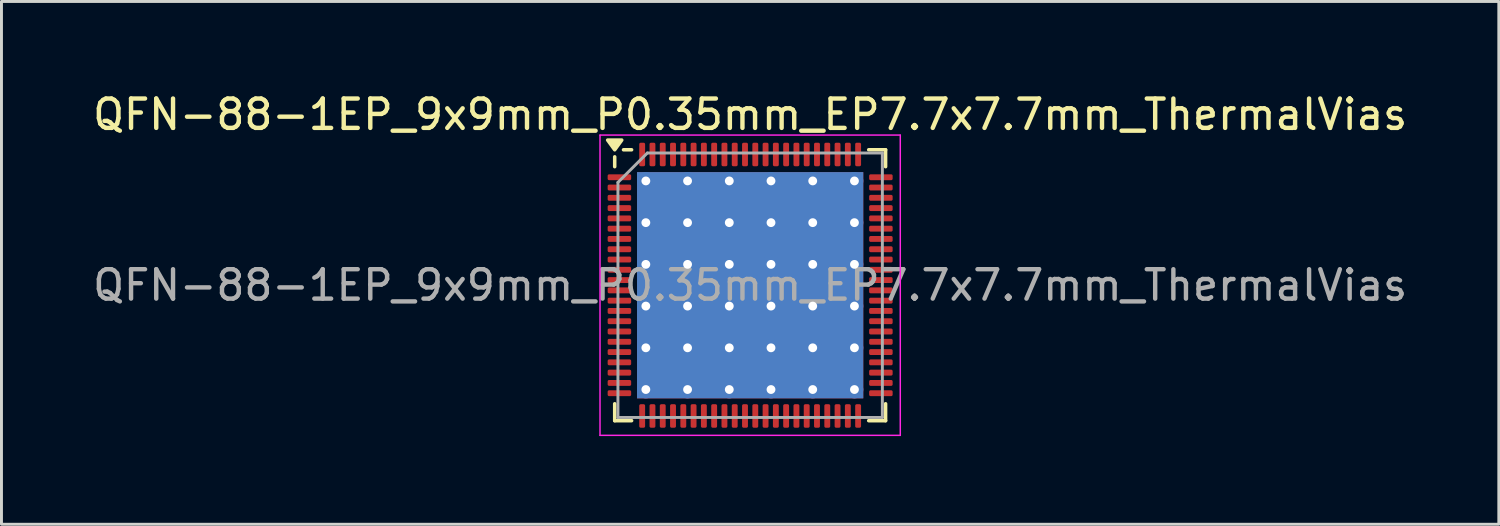
<source format=kicad_pcb>
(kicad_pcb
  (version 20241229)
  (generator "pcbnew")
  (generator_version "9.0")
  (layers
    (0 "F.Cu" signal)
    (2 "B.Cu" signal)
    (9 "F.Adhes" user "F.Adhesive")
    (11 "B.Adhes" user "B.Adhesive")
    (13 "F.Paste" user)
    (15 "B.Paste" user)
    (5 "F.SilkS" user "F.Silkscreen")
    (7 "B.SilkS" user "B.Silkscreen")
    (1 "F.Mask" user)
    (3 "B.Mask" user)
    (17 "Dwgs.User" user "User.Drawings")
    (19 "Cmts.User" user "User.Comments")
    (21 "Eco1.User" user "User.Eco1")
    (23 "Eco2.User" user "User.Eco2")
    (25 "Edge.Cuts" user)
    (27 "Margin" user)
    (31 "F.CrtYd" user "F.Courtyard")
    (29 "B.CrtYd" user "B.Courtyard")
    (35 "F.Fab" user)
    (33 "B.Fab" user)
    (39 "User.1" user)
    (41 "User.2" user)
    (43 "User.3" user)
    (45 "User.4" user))
  (footprint "QFN-88-1EP_9x9mm_P0.35mm_EP7.7x7.7mm_ThermalVias"
    (layer "F.Cu")
    (at 22.482 6.658)
    (property "Reference" "QFN-88-1EP_9x9mm_P0.35mm_EP7.7x7.7mm_ThermalVias" (at 0 -5.81 0) (layer "F.SilkS") (effects (font (size 1 1) (thickness 0.15))))
    (attr smd)
    (fp_line (start -4.61 -4.035) (end -4.61 -4.37) (stroke (width 0.12) (type solid)) (layer "F.SilkS"))
    (fp_line (start -4.61 4.61) (end -4.61 4.035) (stroke (width 0.12) (type solid)) (layer "F.SilkS"))
    (fp_line (start -4.035 -4.61) (end -4.31 -4.61) (stroke (width 0.12) (type solid)) (layer "F.SilkS"))
    (fp_line (start -4.035 4.61) (end -4.61 4.61) (stroke (width 0.12) (type solid)) (layer "F.SilkS"))
    (fp_line (start 4.035 -4.61) (end 4.61 -4.61) (stroke (width 0.12) (type solid)) (layer "F.SilkS"))
    (fp_line (start 4.035 4.61) (end 4.61 4.61) (stroke (width 0.12) (type solid)) (layer "F.SilkS"))
    (fp_line (start 4.61 -4.61) (end 4.61 -4.035) (stroke (width 0.12) (type solid)) (layer "F.SilkS"))
    (fp_line (start 4.61 4.61) (end 4.61 4.035) (stroke (width 0.12) (type solid)) (layer "F.SilkS"))
    (fp_poly (pts (xy -4.61 -4.61) (xy -4.85 -4.94) (xy -4.37 -4.94) (xy -4.61 -4.61)) (stroke (width 0.12) (type solid)) (fill yes) (layer "F.SilkS"))
    (fp_line (start -5.11 -5.11) (end -5.11 5.11) (stroke (width 0.05) (type solid)) (layer "F.CrtYd"))
    (fp_line (start -5.11 5.11) (end 5.11 5.11) (stroke (width 0.05) (type solid)) (layer "F.CrtYd"))
    (fp_line (start 5.11 -5.11) (end -5.11 -5.11) (stroke (width 0.05) (type solid)) (layer "F.CrtYd"))
    (fp_line (start 5.11 5.11) (end 5.11 -5.11) (stroke (width 0.05) (type solid)) (layer "F.CrtYd"))
    (fp_line (start -4.5 -3.5) (end -3.5 -4.5) (stroke (width 0.1) (type solid)) (layer "F.Fab"))
    (fp_line (start -4.5 4.5) (end -4.5 -3.5) (stroke (width 0.1) (type solid)) (layer "F.Fab"))
    (fp_line (start -3.5 -4.5) (end 4.5 -4.5) (stroke (width 0.1) (type solid)) (layer "F.Fab"))
    (fp_line (start 4.5 -4.5) (end 4.5 4.5) (stroke (width 0.1) (type solid)) (layer "F.Fab"))
    (fp_line (start 4.5 4.5) (end -4.5 4.5) (stroke (width 0.1) (type solid)) (layer "F.Fab"))
    (fp_text user "${REFERENCE}" (at 0 0 0) (layer "F.Fab") (effects (font (size 1 1) (thickness 0.15))))
    (pad "" smd roundrect (at -2.84 -2.84) (size 1.193 1.193) (layers "F.Paste") (roundrect_rratio 0.21))
    (pad "" smd roundrect (at -2.84 -1.42) (size 1.193 1.193) (layers "F.Paste") (roundrect_rratio 0.21))
    (pad "" smd roundrect (at -2.84 0) (size 1.193 1.193) (layers "F.Paste") (roundrect_rratio 0.21))
    (pad "" smd roundrect (at -2.84 1.42) (size 1.193 1.193) (layers "F.Paste") (roundrect_rratio 0.21))
    (pad "" smd roundrect (at -2.84 2.84) (size 1.193 1.193) (layers "F.Paste") (roundrect_rratio 0.21))
    (pad "" smd roundrect (at -1.42 -2.84) (size 1.193 1.193) (layers "F.Paste") (roundrect_rratio 0.21))
    (pad "" smd roundrect (at -1.42 -1.42) (size 1.193 1.193) (layers "F.Paste") (roundrect_rratio 0.21))
    (pad "" smd roundrect (at -1.42 0) (size 1.193 1.193) (layers "F.Paste") (roundrect_rratio 0.21))
    (pad "" smd roundrect (at -1.42 1.42) (size 1.193 1.193) (layers "F.Paste") (roundrect_rratio 0.21))
    (pad "" smd roundrect (at -1.42 2.84) (size 1.193 1.193) (layers "F.Paste") (roundrect_rratio 0.21))
    (pad "" smd roundrect (at 0 -2.84) (size 1.193 1.193) (layers "F.Paste") (roundrect_rratio 0.21))
    (pad "" smd roundrect (at 0 -1.42) (size 1.193 1.193) (layers "F.Paste") (roundrect_rratio 0.21))
    (pad "" smd roundrect (at 0 0) (size 1.193 1.193) (layers "F.Paste") (roundrect_rratio 0.21))
    (pad "" smd roundrect (at 0 1.42) (size 1.193 1.193) (layers "F.Paste") (roundrect_rratio 0.21))
    (pad "" smd roundrect (at 0 2.84) (size 1.193 1.193) (layers "F.Paste") (roundrect_rratio 0.21))
    (pad "" smd roundrect (at 1.42 -2.84) (size 1.193 1.193) (layers "F.Paste") (roundrect_rratio 0.21))
    (pad "" smd roundrect (at 1.42 -1.42) (size 1.193 1.193) (layers "F.Paste") (roundrect_rratio 0.21))
    (pad "" smd roundrect (at 1.42 0) (size 1.193 1.193) (layers "F.Paste") (roundrect_rratio 0.21))
    (pad "" smd roundrect (at 1.42 1.42) (size 1.193 1.193) (layers "F.Paste") (roundrect_rratio 0.21))
    (pad "" smd roundrect (at 1.42 2.84) (size 1.193 1.193) (layers "F.Paste") (roundrect_rratio 0.21))
    (pad "" smd roundrect (at 2.84 -2.84) (size 1.193 1.193) (layers "F.Paste") (roundrect_rratio 0.21))
    (pad "" smd roundrect (at 2.84 -1.42) (size 1.193 1.193) (layers "F.Paste") (roundrect_rratio 0.21))
    (pad "" smd roundrect (at 2.84 0) (size 1.193 1.193) (layers "F.Paste") (roundrect_rratio 0.21))
    (pad "" smd roundrect (at 2.84 1.42) (size 1.193 1.193) (layers "F.Paste") (roundrect_rratio 0.21))
    (pad "" smd roundrect (at 2.84 2.84) (size 1.193 1.193) (layers "F.Paste") (roundrect_rratio 0.21))
    (pad "1" smd roundrect (at -4.45 -3.675) (size 0.8 0.2) (layers "F.Cu" "F.Mask" "F.Paste") (roundrect_rratio 0.25))
    (pad "2" smd roundrect (at -4.45 -3.325) (size 0.8 0.2) (layers "F.Cu" "F.Mask" "F.Paste") (roundrect_rratio 0.25))
    (pad "3" smd roundrect (at -4.45 -2.975) (size 0.8 0.2) (layers "F.Cu" "F.Mask" "F.Paste") (roundrect_rratio 0.25))
    (pad "4" smd roundrect (at -4.45 -2.625) (size 0.8 0.2) (layers "F.Cu" "F.Mask" "F.Paste") (roundrect_rratio 0.25))
    (pad "5" smd roundrect (at -4.45 -2.275) (size 0.8 0.2) (layers "F.Cu" "F.Mask" "F.Paste") (roundrect_rratio 0.25))
    (pad "6" smd roundrect (at -4.45 -1.925) (size 0.8 0.2) (layers "F.Cu" "F.Mask" "F.Paste") (roundrect_rratio 0.25))
    (pad "7" smd roundrect (at -4.45 -1.575) (size 0.8 0.2) (layers "F.Cu" "F.Mask" "F.Paste") (roundrect_rratio 0.25))
    (pad "8" smd roundrect (at -4.45 -1.225) (size 0.8 0.2) (layers "F.Cu" "F.Mask" "F.Paste") (roundrect_rratio 0.25))
    (pad "9" smd roundrect (at -4.45 -0.875) (size 0.8 0.2) (layers "F.Cu" "F.Mask" "F.Paste") (roundrect_rratio 0.25))
    (pad "10" smd roundrect (at -4.45 -0.525) (size 0.8 0.2) (layers "F.Cu" "F.Mask" "F.Paste") (roundrect_rratio 0.25))
    (pad "11" smd roundrect (at -4.45 -0.175) (size 0.8 0.2) (layers "F.Cu" "F.Mask" "F.Paste") (roundrect_rratio 0.25))
    (pad "12" smd roundrect (at -4.45 0.175) (size 0.8 0.2) (layers "F.Cu" "F.Mask" "F.Paste") (roundrect_rratio 0.25))
    (pad "13" smd roundrect (at -4.45 0.525) (size 0.8 0.2) (layers "F.Cu" "F.Mask" "F.Paste") (roundrect_rratio 0.25))
    (pad "14" smd roundrect (at -4.45 0.875) (size 0.8 0.2) (layers "F.Cu" "F.Mask" "F.Paste") (roundrect_rratio 0.25))
    (pad "15" smd roundrect (at -4.45 1.225) (size 0.8 0.2) (layers "F.Cu" "F.Mask" "F.Paste") (roundrect_rratio 0.25))
    (pad "16" smd roundrect (at -4.45 1.575) (size 0.8 0.2) (layers "F.Cu" "F.Mask" "F.Paste") (roundrect_rratio 0.25))
    (pad "17" smd roundrect (at -4.45 1.925) (size 0.8 0.2) (layers "F.Cu" "F.Mask" "F.Paste") (roundrect_rratio 0.25))
    (pad "18" smd roundrect (at -4.45 2.275) (size 0.8 0.2) (layers "F.Cu" "F.Mask" "F.Paste") (roundrect_rratio 0.25))
    (pad "19" smd roundrect (at -4.45 2.625) (size 0.8 0.2) (layers "F.Cu" "F.Mask" "F.Paste") (roundrect_rratio 0.25))
    (pad "20" smd roundrect (at -4.45 2.975) (size 0.8 0.2) (layers "F.Cu" "F.Mask" "F.Paste") (roundrect_rratio 0.25))
    (pad "21" smd roundrect (at -4.45 3.325) (size 0.8 0.2) (layers "F.Cu" "F.Mask" "F.Paste") (roundrect_rratio 0.25))
    (pad "22" smd roundrect (at -4.45 3.675) (size 0.8 0.2) (layers "F.Cu" "F.Mask" "F.Paste") (roundrect_rratio 0.25))
    (pad "23" smd roundrect (at -3.675 4.45) (size 0.2 0.8) (layers "F.Cu" "F.Mask" "F.Paste") (roundrect_rratio 0.25))
    (pad "24" smd roundrect (at -3.325 4.45) (size 0.2 0.8) (layers "F.Cu" "F.Mask" "F.Paste") (roundrect_rratio 0.25))
    (pad "25" smd roundrect (at -2.975 4.45) (size 0.2 0.8) (layers "F.Cu" "F.Mask" "F.Paste") (roundrect_rratio 0.25))
    (pad "26" smd roundrect (at -2.625 4.45) (size 0.2 0.8) (layers "F.Cu" "F.Mask" "F.Paste") (roundrect_rratio 0.25))
    (pad "27" smd roundrect (at -2.275 4.45) (size 0.2 0.8) (layers "F.Cu" "F.Mask" "F.Paste") (roundrect_rratio 0.25))
    (pad "28" smd roundrect (at -1.925 4.45) (size 0.2 0.8) (layers "F.Cu" "F.Mask" "F.Paste") (roundrect_rratio 0.25))
    (pad "29" smd roundrect (at -1.575 4.45) (size 0.2 0.8) (layers "F.Cu" "F.Mask" "F.Paste") (roundrect_rratio 0.25))
    (pad "30" smd roundrect (at -1.225 4.45) (size 0.2 0.8) (layers "F.Cu" "F.Mask" "F.Paste") (roundrect_rratio 0.25))
    (pad "31" smd roundrect (at -0.875 4.45) (size 0.2 0.8) (layers "F.Cu" "F.Mask" "F.Paste") (roundrect_rratio 0.25))
    (pad "32" smd roundrect (at -0.525 4.45) (size 0.2 0.8) (layers "F.Cu" "F.Mask" "F.Paste") (roundrect_rratio 0.25))
    (pad "33" smd roundrect (at -0.175 4.45) (size 0.2 0.8) (layers "F.Cu" "F.Mask" "F.Paste") (roundrect_rratio 0.25))
    (pad "34" smd roundrect (at 0.175 4.45) (size 0.2 0.8) (layers "F.Cu" "F.Mask" "F.Paste") (roundrect_rratio 0.25))
    (pad "35" smd roundrect (at 0.525 4.45) (size 0.2 0.8) (layers "F.Cu" "F.Mask" "F.Paste") (roundrect_rratio 0.25))
    (pad "36" smd roundrect (at 0.875 4.45) (size 0.2 0.8) (layers "F.Cu" "F.Mask" "F.Paste") (roundrect_rratio 0.25))
    (pad "37" smd roundrect (at 1.225 4.45) (size 0.2 0.8) (layers "F.Cu" "F.Mask" "F.Paste") (roundrect_rratio 0.25))
    (pad "38" smd roundrect (at 1.575 4.45) (size 0.2 0.8) (layers "F.Cu" "F.Mask" "F.Paste") (roundrect_rratio 0.25))
    (pad "39" smd roundrect (at 1.925 4.45) (size 0.2 0.8) (layers "F.Cu" "F.Mask" "F.Paste") (roundrect_rratio 0.25))
    (pad "40" smd roundrect (at 2.275 4.45) (size 0.2 0.8) (layers "F.Cu" "F.Mask" "F.Paste") (roundrect_rratio 0.25))
    (pad "41" smd roundrect (at 2.625 4.45) (size 0.2 0.8) (layers "F.Cu" "F.Mask" "F.Paste") (roundrect_rratio 0.25))
    (pad "42" smd roundrect (at 2.975 4.45) (size 0.2 0.8) (layers "F.Cu" "F.Mask" "F.Paste") (roundrect_rratio 0.25))
    (pad "43" smd roundrect (at 3.325 4.45) (size 0.2 0.8) (layers "F.Cu" "F.Mask" "F.Paste") (roundrect_rratio 0.25))
    (pad "44" smd roundrect (at 3.675 4.45) (size 0.2 0.8) (layers "F.Cu" "F.Mask" "F.Paste") (roundrect_rratio 0.25))
    (pad "45" smd roundrect (at 4.45 3.675) (size 0.8 0.2) (layers "F.Cu" "F.Mask" "F.Paste") (roundrect_rratio 0.25))
    (pad "46" smd roundrect (at 4.45 3.325) (size 0.8 0.2) (layers "F.Cu" "F.Mask" "F.Paste") (roundrect_rratio 0.25))
    (pad "47" smd roundrect (at 4.45 2.975) (size 0.8 0.2) (layers "F.Cu" "F.Mask" "F.Paste") (roundrect_rratio 0.25))
    (pad "48" smd roundrect (at 4.45 2.625) (size 0.8 0.2) (layers "F.Cu" "F.Mask" "F.Paste") (roundrect_rratio 0.25))
    (pad "49" smd roundrect (at 4.45 2.275) (size 0.8 0.2) (layers "F.Cu" "F.Mask" "F.Paste") (roundrect_rratio 0.25))
    (pad "50" smd roundrect (at 4.45 1.925) (size 0.8 0.2) (layers "F.Cu" "F.Mask" "F.Paste") (roundrect_rratio 0.25))
    (pad "51" smd roundrect (at 4.45 1.575) (size 0.8 0.2) (layers "F.Cu" "F.Mask" "F.Paste") (roundrect_rratio 0.25))
    (pad "52" smd roundrect (at 4.45 1.225) (size 0.8 0.2) (layers "F.Cu" "F.Mask" "F.Paste") (roundrect_rratio 0.25))
    (pad "53" smd roundrect (at 4.45 0.875) (size 0.8 0.2) (layers "F.Cu" "F.Mask" "F.Paste") (roundrect_rratio 0.25))
    (pad "54" smd roundrect (at 4.45 0.525) (size 0.8 0.2) (layers "F.Cu" "F.Mask" "F.Paste") (roundrect_rratio 0.25))
    (pad "55" smd roundrect (at 4.45 0.175) (size 0.8 0.2) (layers "F.Cu" "F.Mask" "F.Paste") (roundrect_rratio 0.25))
    (pad "56" smd roundrect (at 4.45 -0.175) (size 0.8 0.2) (layers "F.Cu" "F.Mask" "F.Paste") (roundrect_rratio 0.25))
    (pad "57" smd roundrect (at 4.45 -0.525) (size 0.8 0.2) (layers "F.Cu" "F.Mask" "F.Paste") (roundrect_rratio 0.25))
    (pad "58" smd roundrect (at 4.45 -0.875) (size 0.8 0.2) (layers "F.Cu" "F.Mask" "F.Paste") (roundrect_rratio 0.25))
    (pad "59" smd roundrect (at 4.45 -1.225) (size 0.8 0.2) (layers "F.Cu" "F.Mask" "F.Paste") (roundrect_rratio 0.25))
    (pad "60" smd roundrect (at 4.45 -1.575) (size 0.8 0.2) (layers "F.Cu" "F.Mask" "F.Paste") (roundrect_rratio 0.25))
    (pad "61" smd roundrect (at 4.45 -1.925) (size 0.8 0.2) (layers "F.Cu" "F.Mask" "F.Paste") (roundrect_rratio 0.25))
    (pad "62" smd roundrect (at 4.45 -2.275) (size 0.8 0.2) (layers "F.Cu" "F.Mask" "F.Paste") (roundrect_rratio 0.25))
    (pad "63" smd roundrect (at 4.45 -2.625) (size 0.8 0.2) (layers "F.Cu" "F.Mask" "F.Paste") (roundrect_rratio 0.25))
    (pad "64" smd roundrect (at 4.45 -2.975) (size 0.8 0.2) (layers "F.Cu" "F.Mask" "F.Paste") (roundrect_rratio 0.25))
    (pad "65" smd roundrect (at 4.45 -3.325) (size 0.8 0.2) (layers "F.Cu" "F.Mask" "F.Paste") (roundrect_rratio 0.25))
    (pad "66" smd roundrect (at 4.45 -3.675) (size 0.8 0.2) (layers "F.Cu" "F.Mask" "F.Paste") (roundrect_rratio 0.25))
    (pad "67" smd roundrect (at 3.675 -4.45) (size 0.2 0.8) (layers "F.Cu" "F.Mask" "F.Paste") (roundrect_rratio 0.25))
    (pad "68" smd roundrect (at 3.325 -4.45) (size 0.2 0.8) (layers "F.Cu" "F.Mask" "F.Paste") (roundrect_rratio 0.25))
    (pad "69" smd roundrect (at 2.975 -4.45) (size 0.2 0.8) (layers "F.Cu" "F.Mask" "F.Paste") (roundrect_rratio 0.25))
    (pad "70" smd roundrect (at 2.625 -4.45) (size 0.2 0.8) (layers "F.Cu" "F.Mask" "F.Paste") (roundrect_rratio 0.25))
    (pad "71" smd roundrect (at 2.275 -4.45) (size 0.2 0.8) (layers "F.Cu" "F.Mask" "F.Paste") (roundrect_rratio 0.25))
    (pad "72" smd roundrect (at 1.925 -4.45) (size 0.2 0.8) (layers "F.Cu" "F.Mask" "F.Paste") (roundrect_rratio 0.25))
    (pad "73" smd roundrect (at 1.575 -4.45) (size 0.2 0.8) (layers "F.Cu" "F.Mask" "F.Paste") (roundrect_rratio 0.25))
    (pad "74" smd roundrect (at 1.225 -4.45) (size 0.2 0.8) (layers "F.Cu" "F.Mask" "F.Paste") (roundrect_rratio 0.25))
    (pad "75" smd roundrect (at 0.875 -4.45) (size 0.2 0.8) (layers "F.Cu" "F.Mask" "F.Paste") (roundrect_rratio 0.25))
    (pad "76" smd roundrect (at 0.525 -4.45) (size 0.2 0.8) (layers "F.Cu" "F.Mask" "F.Paste") (roundrect_rratio 0.25))
    (pad "77" smd roundrect (at 0.175 -4.45) (size 0.2 0.8) (layers "F.Cu" "F.Mask" "F.Paste") (roundrect_rratio 0.25))
    (pad "78" smd roundrect (at -0.175 -4.45) (size 0.2 0.8) (layers "F.Cu" "F.Mask" "F.Paste") (roundrect_rratio 0.25))
    (pad "79" smd roundrect (at -0.525 -4.45) (size 0.2 0.8) (layers "F.Cu" "F.Mask" "F.Paste") (roundrect_rratio 0.25))
    (pad "80" smd roundrect (at -0.875 -4.45) (size 0.2 0.8) (layers "F.Cu" "F.Mask" "F.Paste") (roundrect_rratio 0.25))
    (pad "81" smd roundrect (at -1.225 -4.45) (size 0.2 0.8) (layers "F.Cu" "F.Mask" "F.Paste") (roundrect_rratio 0.25))
    (pad "82" smd roundrect (at -1.575 -4.45) (size 0.2 0.8) (layers "F.Cu" "F.Mask" "F.Paste") (roundrect_rratio 0.25))
    (pad "83" smd roundrect (at -1.925 -4.45) (size 0.2 0.8) (layers "F.Cu" "F.Mask" "F.Paste") (roundrect_rratio 0.25))
    (pad "84" smd roundrect (at -2.275 -4.45) (size 0.2 0.8) (layers "F.Cu" "F.Mask" "F.Paste") (roundrect_rratio 0.25))
    (pad "85" smd roundrect (at -2.625 -4.45) (size 0.2 0.8) (layers "F.Cu" "F.Mask" "F.Paste") (roundrect_rratio 0.25))
    (pad "86" smd roundrect (at -2.975 -4.45) (size 0.2 0.8) (layers "F.Cu" "F.Mask" "F.Paste") (roundrect_rratio 0.25))
    (pad "87" smd roundrect (at -3.325 -4.45) (size 0.2 0.8) (layers "F.Cu" "F.Mask" "F.Paste") (roundrect_rratio 0.25))
    (pad "88" smd roundrect (at -3.675 -4.45) (size 0.2 0.8) (layers "F.Cu" "F.Mask" "F.Paste") (roundrect_rratio 0.25))
    (pad "89" thru_hole circle (at -3.55 -3.55) (size 0.6 0.6) (drill 0.3) (property pad_prop_heatsink) (layers "*.Cu"))
    (pad "89" thru_hole circle (at -3.55 -2.13) (size 0.6 0.6) (drill 0.3) (property pad_prop_heatsink) (layers "*.Cu"))
    (pad "89" thru_hole circle (at -3.55 -0.71) (size 0.6 0.6) (drill 0.3) (property pad_prop_heatsink) (layers "*.Cu"))
    (pad "89" thru_hole circle (at -3.55 0.71) (size 0.6 0.6) (drill 0.3) (property pad_prop_heatsink) (layers "*.Cu"))
    (pad "89" thru_hole circle (at -3.55 2.13) (size 0.6 0.6) (drill 0.3) (property pad_prop_heatsink) (layers "*.Cu"))
    (pad "89" thru_hole circle (at -3.55 3.55) (size 0.6 0.6) (drill 0.3) (property pad_prop_heatsink) (layers "*.Cu"))
    (pad "89" thru_hole circle (at -2.13 -3.55) (size 0.6 0.6) (drill 0.3) (property pad_prop_heatsink) (layers "*.Cu"))
    (pad "89" thru_hole circle (at -2.13 -2.13) (size 0.6 0.6) (drill 0.3) (property pad_prop_heatsink) (layers "*.Cu"))
    (pad "89" thru_hole circle (at -2.13 -0.71) (size 0.6 0.6) (drill 0.3) (property pad_prop_heatsink) (layers "*.Cu"))
    (pad "89" thru_hole circle (at -2.13 0.71) (size 0.6 0.6) (drill 0.3) (property pad_prop_heatsink) (layers "*.Cu"))
    (pad "89" thru_hole circle (at -2.13 2.13) (size 0.6 0.6) (drill 0.3) (property pad_prop_heatsink) (layers "*.Cu"))
    (pad "89" thru_hole circle (at -2.13 3.55) (size 0.6 0.6) (drill 0.3) (property pad_prop_heatsink) (layers "*.Cu"))
    (pad "89" thru_hole circle (at -0.71 -3.55) (size 0.6 0.6) (drill 0.3) (property pad_prop_heatsink) (layers "*.Cu"))
    (pad "89" thru_hole circle (at -0.71 -2.13) (size 0.6 0.6) (drill 0.3) (property pad_prop_heatsink) (layers "*.Cu"))
    (pad "89" thru_hole circle (at -0.71 -0.71) (size 0.6 0.6) (drill 0.3) (property pad_prop_heatsink) (layers "*.Cu"))
    (pad "89" thru_hole circle (at -0.71 0.71) (size 0.6 0.6) (drill 0.3) (property pad_prop_heatsink) (layers "*.Cu"))
    (pad "89" thru_hole circle (at -0.71 2.13) (size 0.6 0.6) (drill 0.3) (property pad_prop_heatsink) (layers "*.Cu"))
    (pad "89" thru_hole circle (at -0.71 3.55) (size 0.6 0.6) (drill 0.3) (property pad_prop_heatsink) (layers "*.Cu"))
    (pad "89" smd rect (at 0 0) (size 7.7 7.7) (property pad_prop_heatsink) (layers "F.Cu" "F.Mask"))
    (pad "89" smd rect (at 0 0) (size 7.7 7.7) (property pad_prop_heatsink) (layers "B.Cu"))
    (pad "89" thru_hole circle (at 0.71 -3.55) (size 0.6 0.6) (drill 0.3) (property pad_prop_heatsink) (layers "*.Cu"))
    (pad "89" thru_hole circle (at 0.71 -2.13) (size 0.6 0.6) (drill 0.3) (property pad_prop_heatsink) (layers "*.Cu"))
    (pad "89" thru_hole circle (at 0.71 -0.71) (size 0.6 0.6) (drill 0.3) (property pad_prop_heatsink) (layers "*.Cu"))
    (pad "89" thru_hole circle (at 0.71 0.71) (size 0.6 0.6) (drill 0.3) (property pad_prop_heatsink) (layers "*.Cu"))
    (pad "89" thru_hole circle (at 0.71 2.13) (size 0.6 0.6) (drill 0.3) (property pad_prop_heatsink) (layers "*.Cu"))
    (pad "89" thru_hole circle (at 0.71 3.55) (size 0.6 0.6) (drill 0.3) (property pad_prop_heatsink) (layers "*.Cu"))
    (pad "89" thru_hole circle (at 2.13 -3.55) (size 0.6 0.6) (drill 0.3) (property pad_prop_heatsink) (layers "*.Cu"))
    (pad "89" thru_hole circle (at 2.13 -2.13) (size 0.6 0.6) (drill 0.3) (property pad_prop_heatsink) (layers "*.Cu"))
    (pad "89" thru_hole circle (at 2.13 -0.71) (size 0.6 0.6) (drill 0.3) (property pad_prop_heatsink) (layers "*.Cu"))
    (pad "89" thru_hole circle (at 2.13 0.71) (size 0.6 0.6) (drill 0.3) (property pad_prop_heatsink) (layers "*.Cu"))
    (pad "89" thru_hole circle (at 2.13 2.13) (size 0.6 0.6) (drill 0.3) (property pad_prop_heatsink) (layers "*.Cu"))
    (pad "89" thru_hole circle (at 2.13 3.55) (size 0.6 0.6) (drill 0.3) (property pad_prop_heatsink) (layers "*.Cu"))
    (pad "89" thru_hole circle (at 3.55 -3.55) (size 0.6 0.6) (drill 0.3) (property pad_prop_heatsink) (layers "*.Cu"))
    (pad "89" thru_hole circle (at 3.55 -2.13) (size 0.6 0.6) (drill 0.3) (property pad_prop_heatsink) (layers "*.Cu"))
    (pad "89" thru_hole circle (at 3.55 -0.71) (size 0.6 0.6) (drill 0.3) (property pad_prop_heatsink) (layers "*.Cu"))
    (pad "89" thru_hole circle (at 3.55 0.71) (size 0.6 0.6) (drill 0.3) (property pad_prop_heatsink) (layers "*.Cu"))
    (pad "89" thru_hole circle (at 3.55 2.13) (size 0.6 0.6) (drill 0.3) (property pad_prop_heatsink) (layers "*.Cu"))
    (pad "89" thru_hole circle (at 3.55 3.55) (size 0.6 0.6) (drill 0.3) (property pad_prop_heatsink) (layers "*.Cu")))
  (gr_rect
    (start -3 -3)
    (end 47.964 14.793)
    (stroke (width 0.1) (type default))
    (fill no)
    (layer "Edge.Cuts")))
</source>
